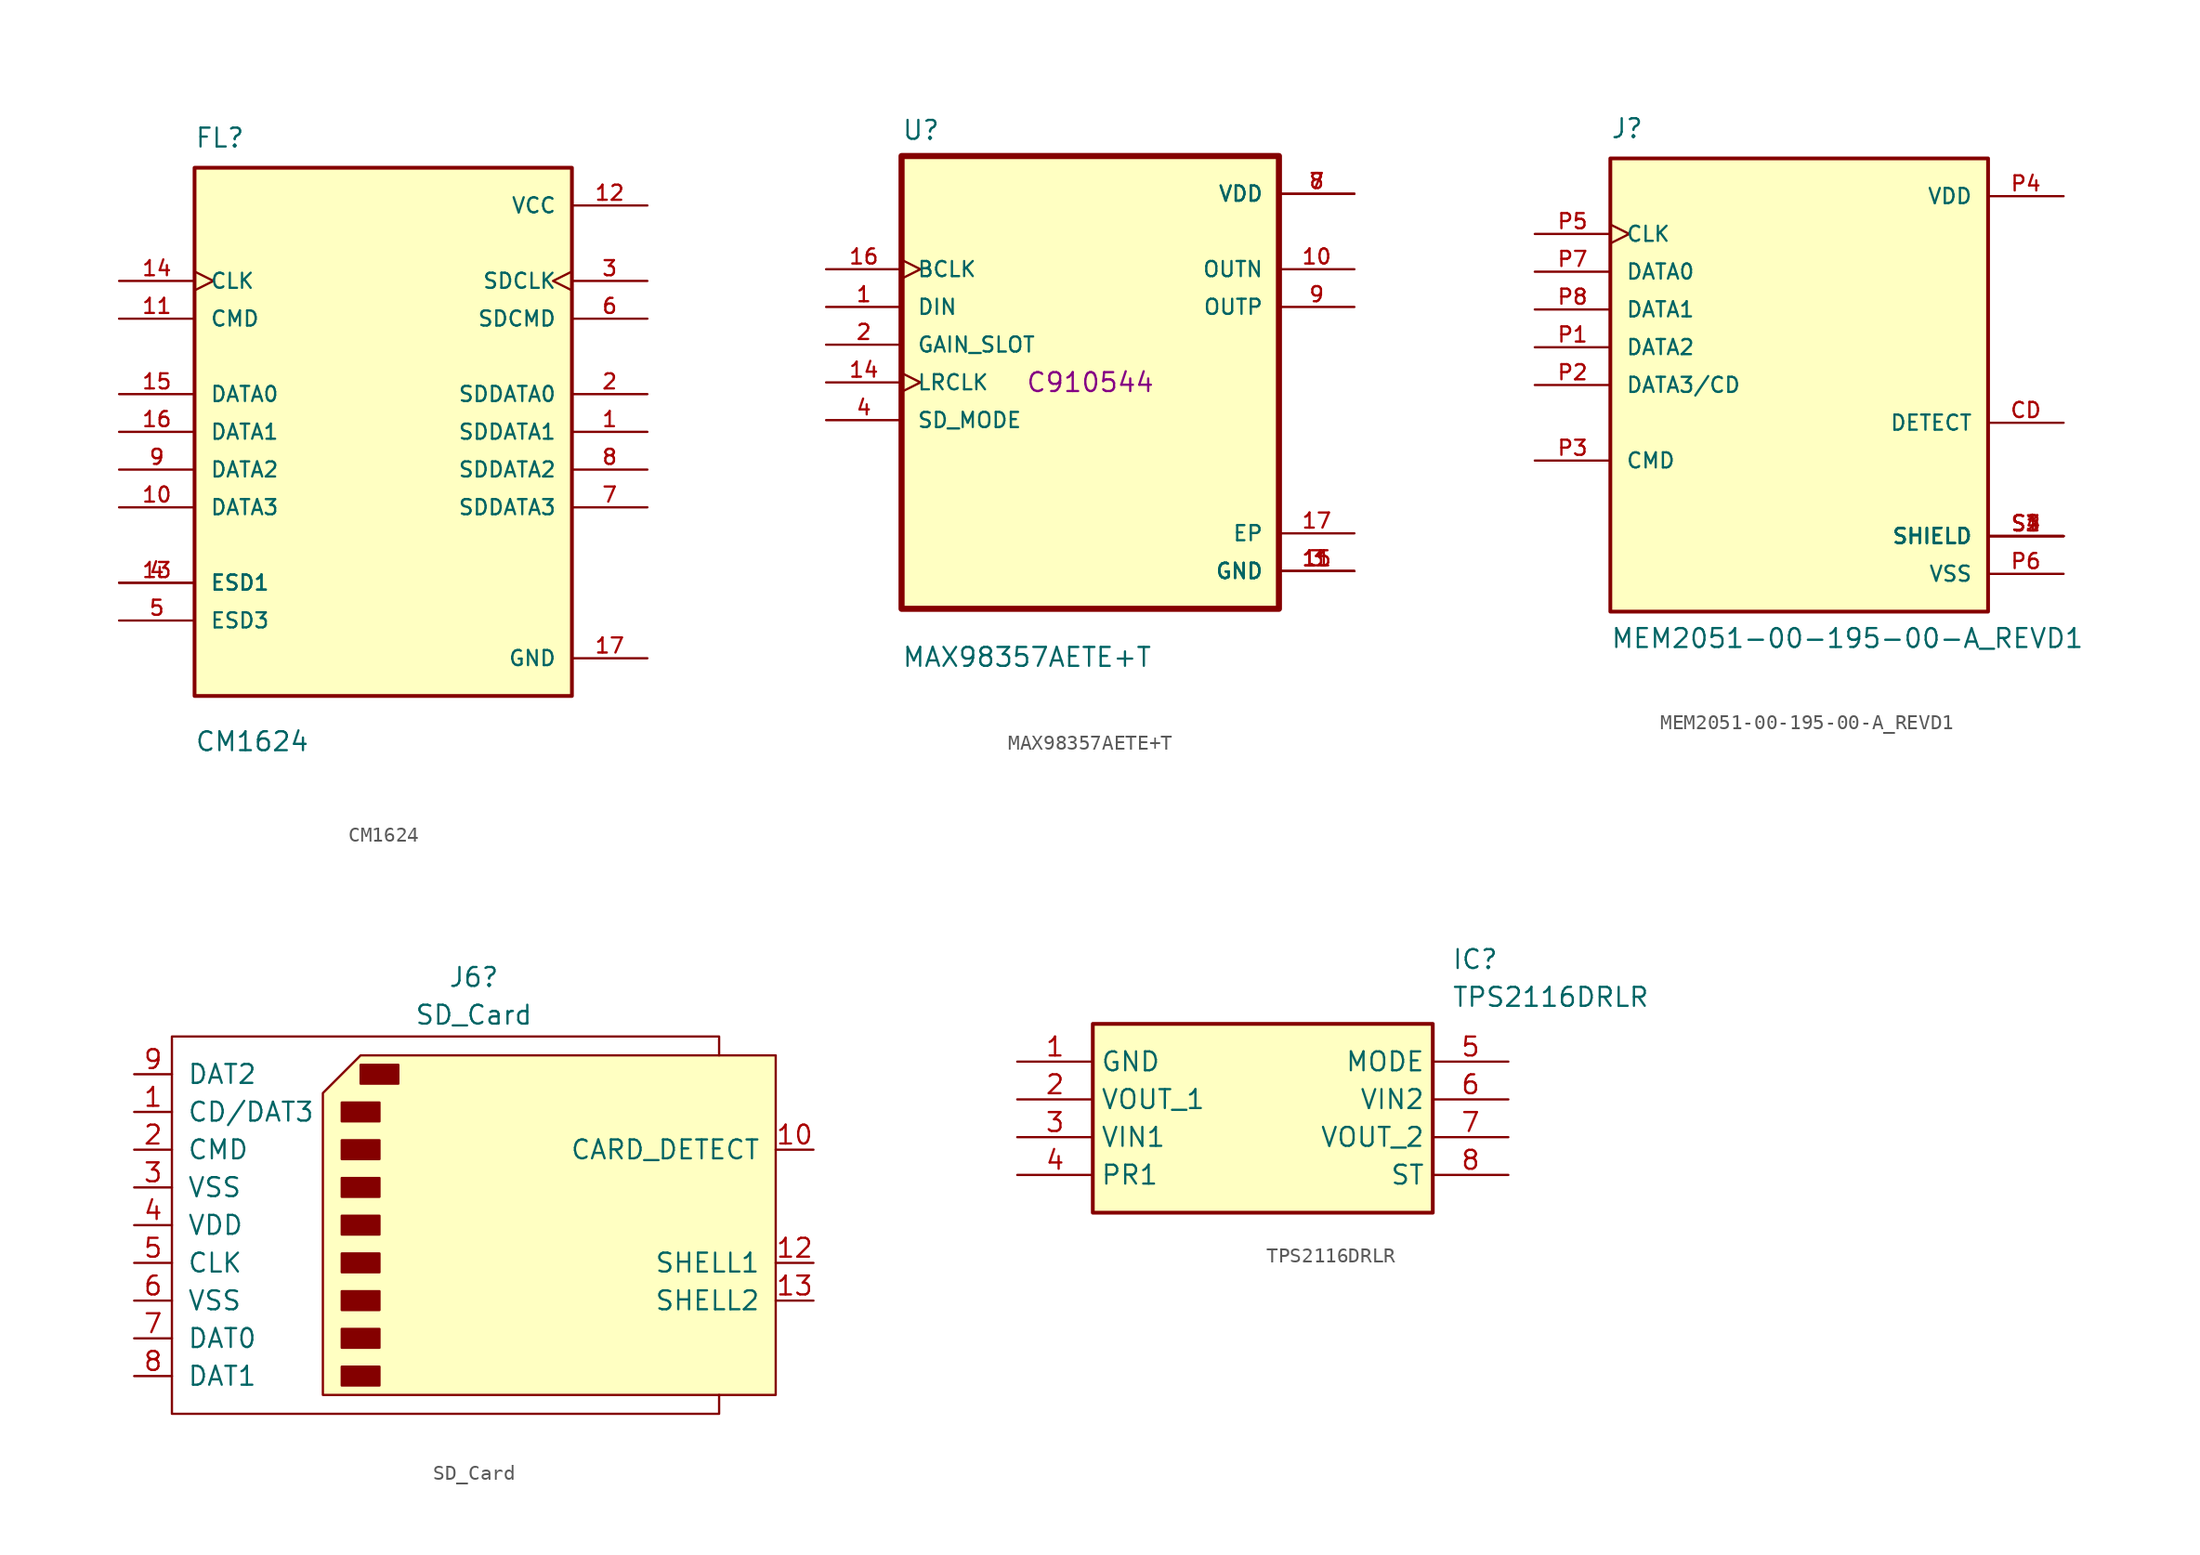
<source format=kicad_sym>
(kicad_symbol_lib
  (version 20220914)
  (generator kicad_symbol_editor)
  (symbol "CM1624"
    (pin_names
      (offset 1.016))
    (property "Reference" "FL"
      (at -12.7 19.05 0)
      (effects (font (size 1.27 1.27)) (justify left bottom)))
    (property "Value" "CM1624"
      (at -12.7 -21.59 0)
      (effects (font (size 1.27 1.27)) (justify left bottom)))
    (symbol "CM1624_0_0"
      (rectangle (start -12.7 -17.78) (end 12.7 17.78) (stroke (width 0.254) (type default)) (fill (type background)))
      (pin bidirectional line (at 17.78 0 180) (length 5.08) (name "SDDATA1" (effects (font (size 1.016 1.016)))) (number "1" (effects (font (size 1.016 1.016)))))
      (pin bidirectional line (at -17.78 -5.08 0) (length 5.08) (name "DATA3" (effects (font (size 1.016 1.016)))) (number "10" (effects (font (size 1.016 1.016)))))
      (pin bidirectional line (at -17.78 7.62 0) (length 5.08) (name "CMD" (effects (font (size 1.016 1.016)))) (number "11" (effects (font (size 1.016 1.016)))))
      (pin power_in line (at 17.78 15.24 180) (length 5.08) (name "VCC" (effects (font (size 1.016 1.016)))) (number "12" (effects (font (size 1.016 1.016)))))
      (pin passive line (at -17.78 -10.16 0) (length 5.08) (name "ESD1" (effects (font (size 1.016 1.016)))) (number "13" (effects (font (size 1.016 1.016)))))
      (pin bidirectional clock (at -17.78 10.16 0) (length 5.08) (name "CLK" (effects (font (size 1.016 1.016)))) (number "14" (effects (font (size 1.016 1.016)))))
      (pin bidirectional line (at -17.78 2.54 0) (length 5.08) (name "DATA0" (effects (font (size 1.016 1.016)))) (number "15" (effects (font (size 1.016 1.016)))))
      (pin bidirectional line (at -17.78 0 0) (length 5.08) (name "DATA1" (effects (font (size 1.016 1.016)))) (number "16" (effects (font (size 1.016 1.016)))))
      (pin power_in line (at 17.78 -15.24 180) (length 5.08) (name "GND" (effects (font (size 1.016 1.016)))) (number "17" (effects (font (size 1.016 1.016)))))
      (pin bidirectional line (at 17.78 2.54 180) (length 5.08) (name "SDDATA0" (effects (font (size 1.016 1.016)))) (number "2" (effects (font (size 1.016 1.016)))))
      (pin bidirectional clock (at 17.78 10.16 180) (length 5.08) (name "SDCLK" (effects (font (size 1.016 1.016)))) (number "3" (effects (font (size 1.016 1.016)))))
      (pin passive line (at -17.78 -10.16 0) (length 5.08) (name "ESD1" (effects (font (size 1.016 1.016)))) (number "4" (effects (font (size 1.016 1.016)))))
      (pin passive line (at -17.78 -12.7 0) (length 5.08) (name "ESD3" (effects (font (size 1.016 1.016)))) (number "5" (effects (font (size 1.016 1.016)))))
      (pin bidirectional line (at 17.78 7.62 180) (length 5.08) (name "SDCMD" (effects (font (size 1.016 1.016)))) (number "6" (effects (font (size 1.016 1.016)))))
      (pin bidirectional line (at 17.78 -5.08 180) (length 5.08) (name "SDDATA3" (effects (font (size 1.016 1.016)))) (number "7" (effects (font (size 1.016 1.016)))))
      (pin bidirectional line (at 17.78 -2.54 180) (length 5.08) (name "SDDATA2" (effects (font (size 1.016 1.016)))) (number "8" (effects (font (size 1.016 1.016)))))
      (pin bidirectional line (at -17.78 -2.54 0) (length 5.08) (name "DATA2" (effects (font (size 1.016 1.016)))) (number "9" (effects (font (size 1.016 1.016)))))))
  (symbol "MAX98357AETE+T"
    (pin_names
      (offset 1.016))
    (property "Reference" "U"
      (at -12.7 16.24 0)
      (effects (font (size 1.27 1.27)) (justify left bottom)))
    (property "Value" "MAX98357AETE+T"
      (at -12.7 -19.24 0)
      (effects (font (size 1.27 1.27)) (justify left bottom)))
    (property "LCSC" "C910544"
      (at 0 0 0)
      (effects (font (size 1.27 1.27))))
    (symbol "MAX98357AETE+T_0_0"
      (rectangle (start -12.7 -15.24) (end 12.7 15.24) (stroke (width 0.41) (type default)) (fill (type background)))
      (pin input line (at -17.78 5.08 0) (length 5.08) (name "DIN" (effects (font (size 1.016 1.016)))) (number "1" (effects (font (size 1.016 1.016)))))
      (pin output line (at 17.78 7.62 180) (length 5.08) (name "OUTN" (effects (font (size 1.016 1.016)))) (number "10" (effects (font (size 1.016 1.016)))))
      (pin power_in line (at 17.78 -12.7 180) (length 5.08) (name "GND" (effects (font (size 1.016 1.016)))) (number "11" (effects (font (size 1.016 1.016)))))
      (pin input clock (at -17.78 0 0) (length 5.08) (name "LRCLK" (effects (font (size 1.016 1.016)))) (number "14" (effects (font (size 1.016 1.016)))))
      (pin power_in line (at 17.78 -12.7 180) (length 5.08) (name "GND" (effects (font (size 1.016 1.016)))) (number "15" (effects (font (size 1.016 1.016)))))
      (pin input clock (at -17.78 7.62 0) (length 5.08) (name "BCLK" (effects (font (size 1.016 1.016)))) (number "16" (effects (font (size 1.016 1.016)))))
      (pin power_in line (at 17.78 -10.16 180) (length 5.08) (name "EP" (effects (font (size 1.016 1.016)))) (number "17" (effects (font (size 1.016 1.016)))))
      (pin input line (at -17.78 2.54 0) (length 5.08) (name "GAIN_SLOT" (effects (font (size 1.016 1.016)))) (number "2" (effects (font (size 1.016 1.016)))))
      (pin power_in line (at 17.78 -12.7 180) (length 5.08) (name "GND" (effects (font (size 1.016 1.016)))) (number "3" (effects (font (size 1.016 1.016)))))
      (pin input line (at -17.78 -2.54 0) (length 5.08) (name "SD_MODE" (effects (font (size 1.016 1.016)))) (number "4" (effects (font (size 1.016 1.016)))))
      (pin power_in line (at 17.78 12.7 180) (length 5.08) (name "VDD" (effects (font (size 1.016 1.016)))) (number "7" (effects (font (size 1.016 1.016)))))
      (pin power_in line (at 17.78 12.7 180) (length 5.08) (name "VDD" (effects (font (size 1.016 1.016)))) (number "8" (effects (font (size 1.016 1.016)))))
      (pin output line (at 17.78 5.08 180) (length 5.08) (name "OUTP" (effects (font (size 1.016 1.016)))) (number "9" (effects (font (size 1.016 1.016)))))))
  (symbol "MEM2051-00-195-00-A_REVD1"
    (pin_names
      (offset 1.016))
    (property "Reference" "J"
      (at -12.7 16.51 0)
      (effects (font (size 1.27 1.27)) (justify left bottom)))
    (property "Value" "MEM2051-00-195-00-A_REVD1"
      (at -12.7 -17.78 0)
      (effects (font (size 1.27 1.27)) (justify left bottom)))
    (symbol "MEM2051-00-195-00-A_REVD1_0_0"
      (rectangle (start -12.7 -15.24) (end 12.7 15.24) (stroke (width 0.254) (type default)) (fill (type background)))
      (pin passive line (at 17.78 -2.54 180) (length 5.08) (name "DETECT" (effects (font (size 1.016 1.016)))) (number "CD" (effects (font (size 1.016 1.016)))))
      (pin bidirectional line (at -17.78 2.54 0) (length 5.08) (name "DATA2" (effects (font (size 1.016 1.016)))) (number "P1" (effects (font (size 1.016 1.016)))))
      (pin bidirectional line (at -17.78 0 0) (length 5.08) (name "DATA3/CD" (effects (font (size 1.016 1.016)))) (number "P2" (effects (font (size 1.016 1.016)))))
      (pin bidirectional line (at -17.78 -5.08 0) (length 5.08) (name "CMD" (effects (font (size 1.016 1.016)))) (number "P3" (effects (font (size 1.016 1.016)))))
      (pin power_in line (at 17.78 12.7 180) (length 5.08) (name "VDD" (effects (font (size 1.016 1.016)))) (number "P4" (effects (font (size 1.016 1.016)))))
      (pin input clock (at -17.78 10.16 0) (length 5.08) (name "CLK" (effects (font (size 1.016 1.016)))) (number "P5" (effects (font (size 1.016 1.016)))))
      (pin power_in line (at 17.78 -12.7 180) (length 5.08) (name "VSS" (effects (font (size 1.016 1.016)))) (number "P6" (effects (font (size 1.016 1.016)))))
      (pin bidirectional line (at -17.78 7.62 0) (length 5.08) (name "DATA0" (effects (font (size 1.016 1.016)))) (number "P7" (effects (font (size 1.016 1.016)))))
      (pin bidirectional line (at -17.78 5.08 0) (length 5.08) (name "DATA1" (effects (font (size 1.016 1.016)))) (number "P8" (effects (font (size 1.016 1.016)))))
      (pin passive line (at 17.78 -10.16 180) (length 5.08) (name "SHIELD" (effects (font (size 1.016 1.016)))) (number "S1" (effects (font (size 1.016 1.016)))))
      (pin passive line (at 17.78 -10.16 180) (length 5.08) (name "SHIELD" (effects (font (size 1.016 1.016)))) (number "S2" (effects (font (size 1.016 1.016)))))
      (pin passive line (at 17.78 -10.16 180) (length 5.08) (name "SHIELD" (effects (font (size 1.016 1.016)))) (number "S3" (effects (font (size 1.016 1.016)))))
      (pin passive line (at 17.78 -10.16 180) (length 5.08) (name "SHIELD" (effects (font (size 1.016 1.016)))) (number "S4" (effects (font (size 1.016 1.016)))))))
  (symbol "SD_Card"
    (pin_names
      (offset 1.016))
    (property "Reference" "J6"
      (at 0 16.688 0)
      (effects (font (size 1.27 1.27))))
    (property "Value" "SD_Card"
      (at 0 14.148 0)
      (effects (font (size 1.27 1.27))))
    (symbol "SD_Card_0_1"
      (rectangle (start -8.89 -9.525) (end -6.35 -10.795) (stroke (width 0) (type default)) (fill (type outline)))
      (rectangle (start -8.89 -6.985) (end -6.35 -8.255) (stroke (width 0) (type default)) (fill (type outline)))
      (rectangle (start -8.89 -4.445) (end -6.35 -5.715) (stroke (width 0) (type default)) (fill (type outline)))
      (rectangle (start -8.89 -1.905) (end -6.35 -3.175) (stroke (width 0) (type default)) (fill (type outline)))
      (rectangle (start -8.89 0.635) (end -6.35 -0.635) (stroke (width 0) (type default)) (fill (type outline)))
      (rectangle (start -8.89 3.175) (end -6.35 1.905) (stroke (width 0) (type default)) (fill (type outline)))
      (rectangle (start -8.89 5.715) (end -6.35 4.445) (stroke (width 0) (type default)) (fill (type outline)))
      (rectangle (start -8.89 8.255) (end -6.35 6.985) (stroke (width 0) (type default)) (fill (type outline)))
      (rectangle (start -7.62 10.795) (end -5.08 9.525) (stroke (width 0) (type default)) (fill (type outline)))
      (polyline (pts (xy -10.16 8.89) (xy -7.62 11.43) (xy 20.32 11.43) (xy 20.32 -11.43) (xy -10.16 -11.43) (xy -10.16 8.89)) (stroke (width 0) (type default)) (fill (type background)))
      (polyline (pts (xy 16.51 11.43) (xy 16.51 12.7) (xy -20.32 12.7) (xy -20.32 -12.7) (xy 16.51 -12.7) (xy 16.51 -11.43)) (stroke (width 0) (type default)) (fill (type none))))
    (symbol "SD_Card_1_1"
      (pin input line (at -22.86 7.62 0) (length 2.54) (name "CD/DAT3" (effects (font (size 1.27 1.27)))) (number "1" (effects (font (size 1.27 1.27)))))
      (pin input line (at 22.86 5.08 180) (length 2.54) (name "CARD_DETECT" (effects (font (size 1.27 1.27)))) (number "10" (effects (font (size 1.27 1.27)))))
      (pin input line (at 22.86 -2.54 180) (length 2.54) (name "SHELL1" (effects (font (size 1.27 1.27)))) (number "12" (effects (font (size 1.27 1.27)))))
      (pin input line (at 22.86 -5.08 180) (length 2.54) (name "SHELL2" (effects (font (size 1.27 1.27)))) (number "13" (effects (font (size 1.27 1.27)))))
      (pin input line (at -22.86 5.08 0) (length 2.54) (name "CMD" (effects (font (size 1.27 1.27)))) (number "2" (effects (font (size 1.27 1.27)))))
      (pin power_in line (at -22.86 2.54 0) (length 2.54) (name "VSS" (effects (font (size 1.27 1.27)))) (number "3" (effects (font (size 1.27 1.27)))))
      (pin power_in line (at -22.86 0 0) (length 2.54) (name "VDD" (effects (font (size 1.27 1.27)))) (number "4" (effects (font (size 1.27 1.27)))))
      (pin input line (at -22.86 -2.54 0) (length 2.54) (name "CLK" (effects (font (size 1.27 1.27)))) (number "5" (effects (font (size 1.27 1.27)))))
      (pin power_in line (at -22.86 -5.08 0) (length 2.54) (name "VSS" (effects (font (size 1.27 1.27)))) (number "6" (effects (font (size 1.27 1.27)))))
      (pin input line (at -22.86 -7.62 0) (length 2.54) (name "DAT0" (effects (font (size 1.27 1.27)))) (number "7" (effects (font (size 1.27 1.27)))))
      (pin input line (at -22.86 -10.16 0) (length 2.54) (name "DAT1" (effects (font (size 1.27 1.27)))) (number "8" (effects (font (size 1.27 1.27)))))
      (pin input line (at -22.86 10.16 0) (length 2.54) (name "DAT2" (effects (font (size 1.27 1.27)))) (number "9" (effects (font (size 1.27 1.27)))))))
  (symbol "TPS2116DRLR"
    (property "Reference" "IC"
      (at 29.21 7.62 0)
      (effects (font (size 1.27 1.27)) (justify left top)))
    (property "Value" "TPS2116DRLR"
      (at 29.21 5.08 0)
      (effects (font (size 1.27 1.27)) (justify left top)))
    (symbol "TPS2116DRLR_1_1"
      (rectangle (start 5.08 2.54) (end 27.94 -10.16) (stroke (width 0.254) (type default)) (fill (type background)))
      (pin passive line (at 0 0 0) (length 5.08) (name "GND" (effects (font (size 1.27 1.27)))) (number "1" (effects (font (size 1.27 1.27)))))
      (pin passive line (at 0 -2.54 0) (length 5.08) (name "VOUT_1" (effects (font (size 1.27 1.27)))) (number "2" (effects (font (size 1.27 1.27)))))
      (pin passive line (at 0 -5.08 0) (length 5.08) (name "VIN1" (effects (font (size 1.27 1.27)))) (number "3" (effects (font (size 1.27 1.27)))))
      (pin passive line (at 0 -7.62 0) (length 5.08) (name "PR1" (effects (font (size 1.27 1.27)))) (number "4" (effects (font (size 1.27 1.27)))))
      (pin passive line (at 33.02 0 180) (length 5.08) (name "MODE" (effects (font (size 1.27 1.27)))) (number "5" (effects (font (size 1.27 1.27)))))
      (pin passive line (at 33.02 -2.54 180) (length 5.08) (name "VIN2" (effects (font (size 1.27 1.27)))) (number "6" (effects (font (size 1.27 1.27)))))
      (pin passive line (at 33.02 -5.08 180) (length 5.08) (name "VOUT_2" (effects (font (size 1.27 1.27)))) (number "7" (effects (font (size 1.27 1.27)))))
      (pin passive line (at 33.02 -7.62 180) (length 5.08) (name "ST" (effects (font (size 1.27 1.27)))) (number "8" (effects (font (size 1.27 1.27))))))))
</source>
